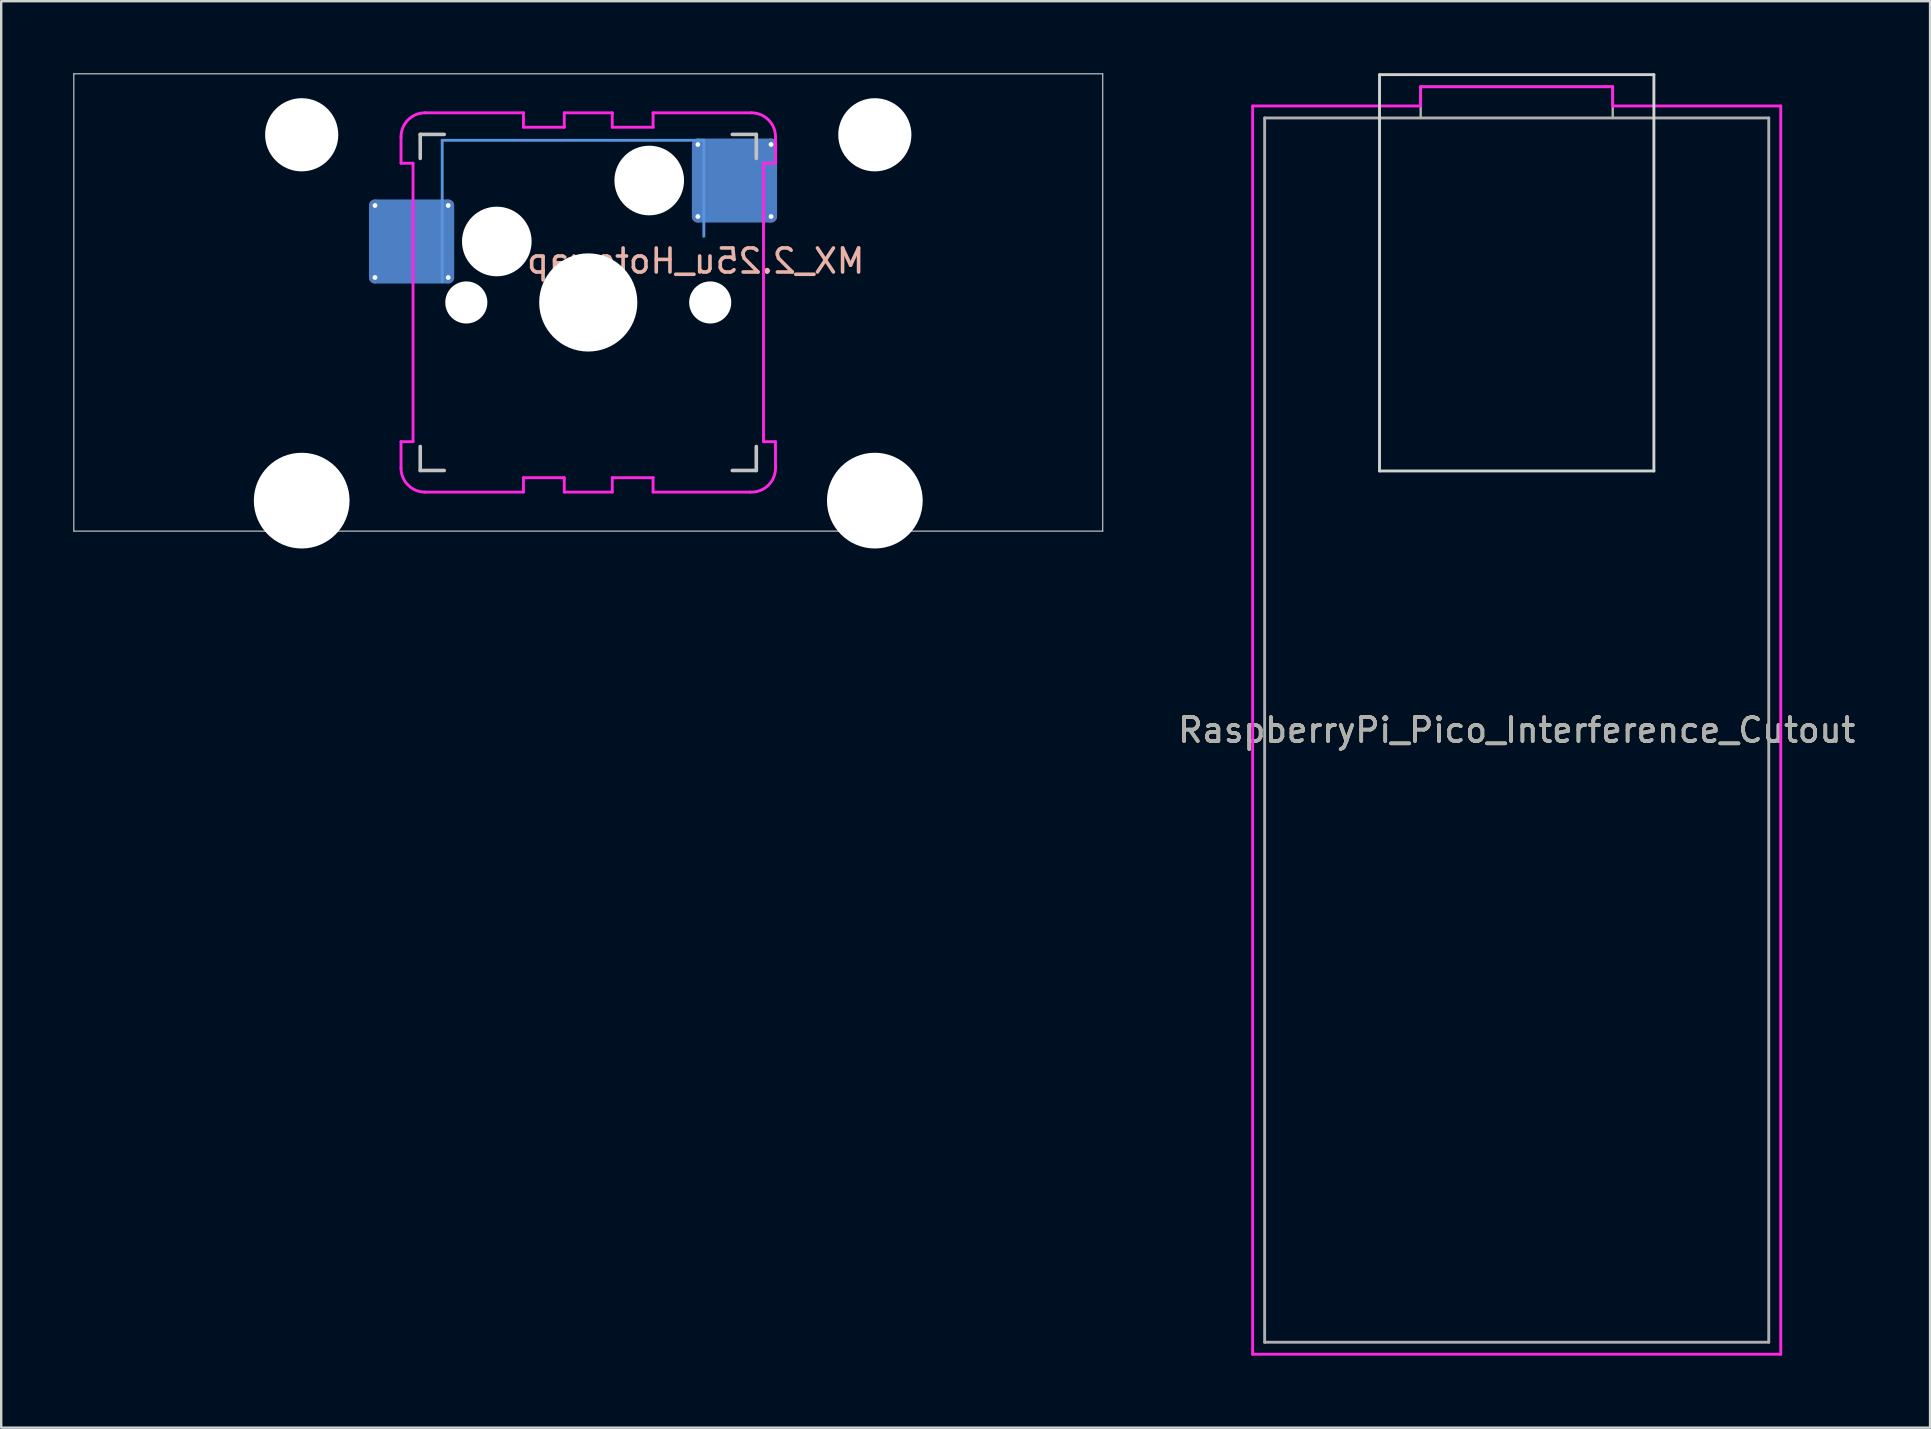
<source format=kicad_pcb>
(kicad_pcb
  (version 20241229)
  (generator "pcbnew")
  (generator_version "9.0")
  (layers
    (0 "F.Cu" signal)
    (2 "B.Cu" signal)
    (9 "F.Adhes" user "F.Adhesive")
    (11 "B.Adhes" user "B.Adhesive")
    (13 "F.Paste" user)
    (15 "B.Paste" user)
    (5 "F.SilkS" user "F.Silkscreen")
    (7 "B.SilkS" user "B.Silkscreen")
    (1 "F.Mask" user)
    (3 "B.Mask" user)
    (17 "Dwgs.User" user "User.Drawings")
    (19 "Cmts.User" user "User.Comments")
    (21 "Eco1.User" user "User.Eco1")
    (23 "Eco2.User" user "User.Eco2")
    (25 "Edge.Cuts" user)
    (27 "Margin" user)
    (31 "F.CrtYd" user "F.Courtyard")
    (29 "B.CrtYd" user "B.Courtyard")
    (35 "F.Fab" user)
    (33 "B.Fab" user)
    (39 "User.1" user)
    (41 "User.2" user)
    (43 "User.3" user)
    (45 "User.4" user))
  (footprint "MX_2.25u_Hotswap"
    (layer "F.Cu")
    (at 21.456 9.55)
    (property "Reference" "MX_2.25u_Hotswap" (at 4.475 -1.725 0) (unlocked yes) (layer "B.SilkS") (effects (font (size 1 1) (thickness 0.15)) (justify mirror)))
    (attr through_hole)
    (fp_line (start -21.431 -9.525) (end 21.431 -9.525) (stroke (width 0.05) (type solid)) (layer "Dwgs.User"))
    (fp_line (start -21.431 9.525) (end -21.431 -9.525) (stroke (width 0.05) (type solid)) (layer "Dwgs.User"))
    (fp_line (start -7 -7) (end -6 -7) (stroke (width 0.15) (type solid)) (layer "Dwgs.User"))
    (fp_line (start -7 -6) (end -7 -7) (stroke (width 0.15) (type solid)) (layer "Dwgs.User"))
    (fp_line (start -7 6) (end -7 7) (stroke (width 0.15) (type solid)) (layer "Dwgs.User"))
    (fp_line (start -7 7) (end -6 7) (stroke (width 0.15) (type solid)) (layer "Dwgs.User"))
    (fp_line (start 6 7) (end 7 7) (stroke (width 0.15) (type solid)) (layer "Dwgs.User"))
    (fp_line (start 7 -7) (end 6 -7) (stroke (width 0.15) (type solid)) (layer "Dwgs.User"))
    (fp_line (start 7 -7) (end 7 -6) (stroke (width 0.15) (type solid)) (layer "Dwgs.User"))
    (fp_line (start 7 7) (end 7 6) (stroke (width 0.15) (type solid)) (layer "Dwgs.User"))
    (fp_line (start 21.431 -9.525) (end 21.431 9.525) (stroke (width 0.05) (type solid)) (layer "Dwgs.User"))
    (fp_line (start 21.431 9.525) (end -21.431 9.525) (stroke (width 0.05) (type solid)) (layer "Dwgs.User"))
    (fp_line (start -6.085 -6.755) (end -6.085 -0.865) (stroke (width 0.12) (type solid)) (layer "Cmts.User"))
    (fp_line (start -6.085 -6.755) (end 4.815 -6.755) (stroke (width 0.12) (type solid)) (layer "Cmts.User"))
    (fp_line (start 4.815 -6.755) (end 4.815 -2.755) (stroke (width 0.12) (type solid)) (layer "Cmts.User"))
    (fp_line (start -7.8 -6.9) (end -7.8 -5.8) (stroke (width 0.12) (type solid)) (layer "F.CrtYd"))
    (fp_line (start -7.8 -5.8) (end -7.3 -5.8) (stroke (width 0.12) (type solid)) (layer "F.CrtYd"))
    (fp_line (start -7.8 5.8) (end -7.3 5.8) (stroke (width 0.12) (type solid)) (layer "F.CrtYd"))
    (fp_line (start -7.8 6.9) (end -7.8 5.8) (stroke (width 0.12) (type solid)) (layer "F.CrtYd"))
    (fp_line (start -7.3 -5.8) (end -7.3 5.8) (stroke (width 0.12) (type solid)) (layer "F.CrtYd"))
    (fp_line (start -6.8 -7.9) (end -2.7 -7.9) (stroke (width 0.12) (type solid)) (layer "F.CrtYd"))
    (fp_line (start -6.8 7.9) (end -2.7 7.9) (stroke (width 0.12) (type solid)) (layer "F.CrtYd"))
    (fp_line (start -2.7 -7.9) (end -2.7 -7.3) (stroke (width 0.12) (type solid)) (layer "F.CrtYd"))
    (fp_line (start -2.7 7.3) (end -1 7.3) (stroke (width 0.12) (type solid)) (layer "F.CrtYd"))
    (fp_line (start -2.7 7.9) (end -2.7 7.3) (stroke (width 0.12) (type solid)) (layer "F.CrtYd"))
    (fp_line (start -1 -7.9) (end -1 -7.3) (stroke (width 0.12) (type solid)) (layer "F.CrtYd"))
    (fp_line (start -1 -7.9) (end 1 -7.9) (stroke (width 0.12) (type solid)) (layer "F.CrtYd"))
    (fp_line (start -1 -7.3) (end -2.7 -7.3) (stroke (width 0.12) (type solid)) (layer "F.CrtYd"))
    (fp_line (start -1 7.3) (end -1 7.9) (stroke (width 0.12) (type solid)) (layer "F.CrtYd"))
    (fp_line (start -1 7.9) (end 1 7.9) (stroke (width 0.12) (type solid)) (layer "F.CrtYd"))
    (fp_line (start 1 -7.9) (end 1 -7.3) (stroke (width 0.12) (type solid)) (layer "F.CrtYd"))
    (fp_line (start 1 -7.3) (end 2.7 -7.3) (stroke (width 0.12) (type solid)) (layer "F.CrtYd"))
    (fp_line (start 1 7.3) (end 2.7 7.3) (stroke (width 0.12) (type solid)) (layer "F.CrtYd"))
    (fp_line (start 1 7.9) (end 1 7.3) (stroke (width 0.12) (type solid)) (layer "F.CrtYd"))
    (fp_line (start 2.7 -7.9) (end 2.7 -7.3) (stroke (width 0.12) (type solid)) (layer "F.CrtYd"))
    (fp_line (start 2.7 7.9) (end 2.7 7.3) (stroke (width 0.12) (type solid)) (layer "F.CrtYd"))
    (fp_line (start 6.749 7.9) (end 2.7 7.9) (stroke (width 0.12) (type solid)) (layer "F.CrtYd"))
    (fp_line (start 6.8 -7.9) (end 2.7 -7.9) (stroke (width 0.12) (type solid)) (layer "F.CrtYd"))
    (fp_line (start 7.3 5.8) (end 7.3 -5.8) (stroke (width 0.12) (type solid)) (layer "F.CrtYd"))
    (fp_line (start 7.799 5.8) (end 7.3 5.8) (stroke (width 0.12) (type solid)) (layer "F.CrtYd"))
    (fp_line (start 7.8 -6.9) (end 7.8 -5.8) (stroke (width 0.12) (type solid)) (layer "F.CrtYd"))
    (fp_line (start 7.8 -5.8) (end 7.3 -5.8) (stroke (width 0.12) (type solid)) (layer "F.CrtYd"))
    (fp_line (start 7.8 6.9) (end 7.799 5.8) (stroke (width 0.12) (type solid)) (layer "F.CrtYd"))
    (fp_arc (start -7.8 -6.9) (mid -7.507107 -7.607107) (end -6.8 -7.9) (stroke (width 0.12) (type solid)) (layer "F.CrtYd"))
    (fp_arc (start -6.8 7.9) (mid -7.507107 7.607107) (end -7.8 6.9) (stroke (width 0.12) (type solid)) (layer "F.CrtYd"))
    (fp_arc (start 6.8 -7.9) (mid 7.507107 -7.607107) (end 7.8 -6.9) (stroke (width 0.12) (type solid)) (layer "F.CrtYd"))
    (fp_arc (start 7.8 6.9) (mid 7.488837 7.625453) (end 6.748751 7.9) (stroke (width 0.12) (type solid)) (layer "F.CrtYd"))
    (pad "" np_thru_hole circle (at -11.938 -6.985) (size 3.048 3.048) (drill 3.048) (layers "*.Cu" "*.Mask"))
    (pad "" np_thru_hole circle (at -11.938 8.255) (size 3.988 3.988) (drill 3.988) (layers "*.Cu" "*.Mask"))
    (pad "" np_thru_hole circle (at -5.08 0) (size 1.753 1.753) (drill 1.753) (layers "*.Cu" "*.Mask"))
    (pad "" np_thru_hole circle (at -3.81 -2.54) (size 2.9 2.9) (drill 2.9) (layers "*.Cu" "*.Mask"))
    (pad "" np_thru_hole circle (at 0 0) (size 4.089 4.089) (drill 4.089) (layers "*.Cu" "*.Mask"))
    (pad "" np_thru_hole circle (at 2.54 -5.08) (size 2.9 2.9) (drill 2.9) (layers "*.Cu" "*.Mask"))
    (pad "" np_thru_hole circle (at 5.08 0) (size 1.753 1.753) (drill 1.753) (layers "*.Cu" "*.Mask"))
    (pad "" np_thru_hole circle (at 11.938 -6.985) (size 3.048 3.048) (drill 3.048) (layers "*.Cu" "*.Mask"))
    (pad "" np_thru_hole circle (at 11.938 8.255) (size 3.988 3.988) (drill 3.988) (layers "*.Cu" "*.Mask"))
    (pad "1" thru_hole circle (at -8.885 -4.04) (size 0.5 0.5) (drill 0.2) (layers "*.Cu" "*.Mask"))
    (pad "1" thru_hole circle (at -8.885 -1.04) (size 0.5 0.5) (drill 0.2) (layers "*.Cu" "*.Mask"))
    (pad "1" smd roundrect (at -7.36 -2.54) (size 3.55 3.5) (layers "B.Cu" "B.Mask" "B.Paste") (roundrect_rratio 0.1))
    (pad "1" thru_hole circle (at -5.835 -4.04) (size 0.5 0.5) (drill 0.2) (layers "*.Cu" "*.Mask"))
    (pad "1" thru_hole circle (at -5.835 -1.04) (size 0.5 0.5) (drill 0.2) (layers "*.Cu" "*.Mask"))
    (pad "2" thru_hole circle (at 4.565 -6.58) (size 0.5 0.5) (drill 0.2) (layers "*.Cu" "*.Mask"))
    (pad "2" thru_hole circle (at 4.565 -3.58) (size 0.5 0.5) (drill 0.2) (layers "*.Cu" "*.Mask"))
    (pad "2" smd roundrect (at 6.09 -5.08) (size 3.55 3.5) (layers "B.Cu" "B.Mask" "B.Paste") (roundrect_rratio 0.1))
    (pad "2" thru_hole circle (at 7.615 -6.58) (size 0.5 0.5) (drill 0.2) (layers "*.Cu" "*.Mask"))
    (pad "2" thru_hole circle (at 7.615 -3.58) (size 0.5 0.5) (drill 0.2) (layers "*.Cu" "*.Mask")))
  (footprint "RaspberryPi_Pico_Interference_Cutout"
    (layer "F.Cu")
    (at 60.133 27.365)
    (property "Reference" "RaspberryPi_Pico_Interference_Cutout" (at 0 0 180) (layer "F.SilkS") (effects (font (size 1 1) (thickness 0.15))))
    (attr through_hole)
    (fp_line (start -5.715 -27.305) (end -5.715 -10.795) (stroke (width 0.12) (type solid)) (layer "Edge.Cuts"))
    (fp_line (start -5.715 -27.305) (end 5.715 -27.305) (stroke (width 0.12) (type solid)) (layer "Edge.Cuts"))
    (fp_line (start -5.715 -10.795) (end 5.715 -10.795) (stroke (width 0.12) (type solid)) (layer "Edge.Cuts"))
    (fp_line (start 5.715 -27.305) (end 5.715 -10.795) (stroke (width 0.12) (type solid)) (layer "Edge.Cuts"))
    (fp_line (start -11 -26) (end -4 -26) (stroke (width 0.12) (type solid)) (layer "F.CrtYd"))
    (fp_line (start -11 26) (end -11 -26) (stroke (width 0.12) (type solid)) (layer "F.CrtYd"))
    (fp_line (start -4 -26.8) (end 4 -26.8) (stroke (width 0.12) (type solid)) (layer "F.CrtYd"))
    (fp_line (start -4 -26) (end -4 -26.8) (stroke (width 0.12) (type solid)) (layer "F.CrtYd"))
    (fp_line (start 4 -26.8) (end 4 -26) (stroke (width 0.12) (type solid)) (layer "F.CrtYd"))
    (fp_line (start 4 -26) (end 11 -26) (stroke (width 0.12) (type solid)) (layer "F.CrtYd"))
    (fp_line (start 11 -26) (end 11 26) (stroke (width 0.12) (type solid)) (layer "F.CrtYd"))
    (fp_line (start 11 26) (end -11 26) (stroke (width 0.12) (type solid)) (layer "F.CrtYd"))
    (fp_line (start -10.5 -25.5) (end 10.5 -25.5) (stroke (width 0.12) (type solid)) (layer "F.Fab"))
    (fp_line (start -10.5 25.5) (end -10.5 -25.5) (stroke (width 0.12) (type solid)) (layer "F.Fab"))
    (fp_line (start -4 -26.8) (end 4 -26.8) (stroke (width 0.1) (type solid)) (layer "F.Fab"))
    (fp_line (start -4 -25.5) (end -4 -26.8) (stroke (width 0.1) (type solid)) (layer "F.Fab"))
    (fp_line (start 4 -25.5) (end 4 -26.8) (stroke (width 0.1) (type solid)) (layer "F.Fab"))
    (fp_line (start 10.5 -25.5) (end 10.5 25.5) (stroke (width 0.12) (type solid)) (layer "F.Fab"))
    (fp_line (start 10.5 25.5) (end -10.5 25.5) (stroke (width 0.12) (type solid)) (layer "F.Fab"))
    (fp_text user "${REFERENCE}" (at 0 0 0) (layer "F.Fab") (effects (font (size 1 1) (thickness 0.15)))))
  (gr_rect
    (start -3 -3)
    (end 77.353 56.425)
    (stroke (width 0.1) (type default))
    (fill no)
    (layer "Edge.Cuts")))
</source>
